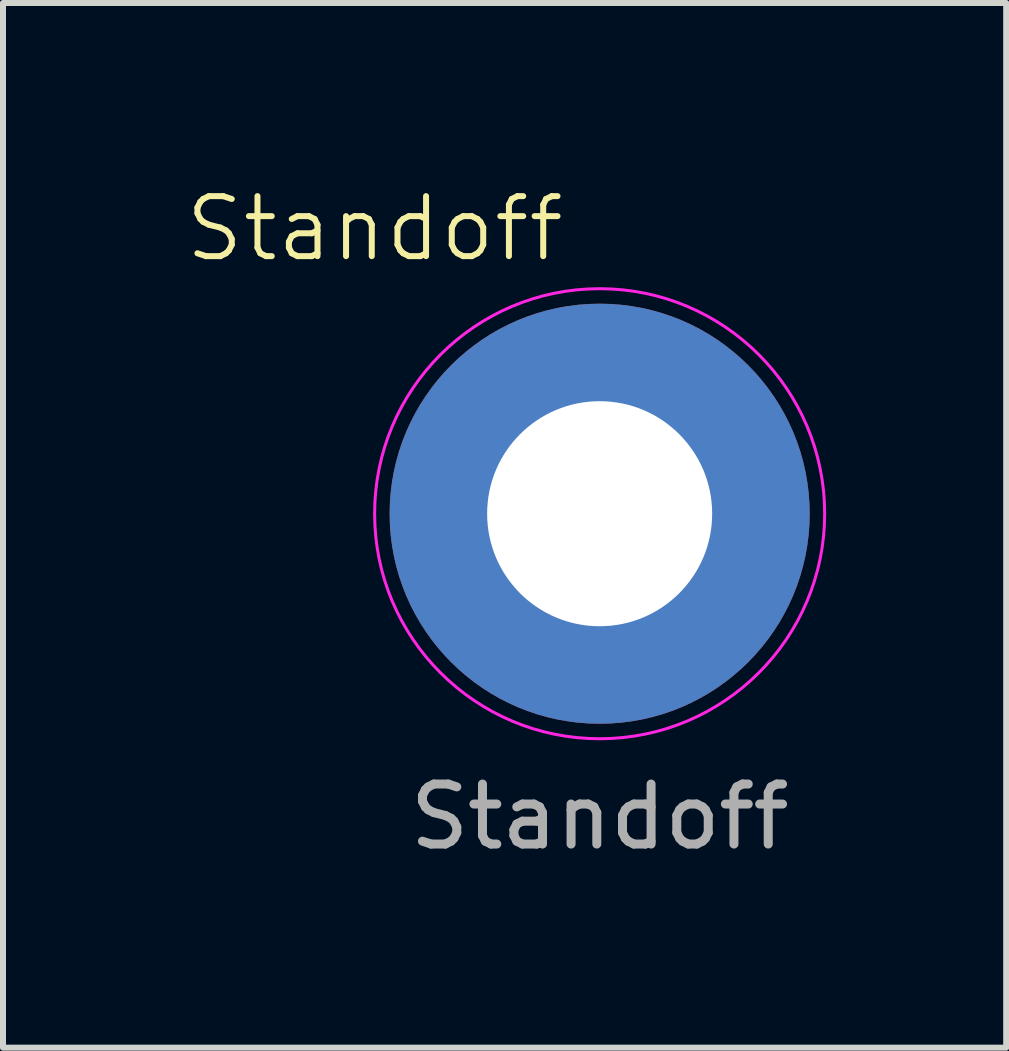
<source format=kicad_pcb>
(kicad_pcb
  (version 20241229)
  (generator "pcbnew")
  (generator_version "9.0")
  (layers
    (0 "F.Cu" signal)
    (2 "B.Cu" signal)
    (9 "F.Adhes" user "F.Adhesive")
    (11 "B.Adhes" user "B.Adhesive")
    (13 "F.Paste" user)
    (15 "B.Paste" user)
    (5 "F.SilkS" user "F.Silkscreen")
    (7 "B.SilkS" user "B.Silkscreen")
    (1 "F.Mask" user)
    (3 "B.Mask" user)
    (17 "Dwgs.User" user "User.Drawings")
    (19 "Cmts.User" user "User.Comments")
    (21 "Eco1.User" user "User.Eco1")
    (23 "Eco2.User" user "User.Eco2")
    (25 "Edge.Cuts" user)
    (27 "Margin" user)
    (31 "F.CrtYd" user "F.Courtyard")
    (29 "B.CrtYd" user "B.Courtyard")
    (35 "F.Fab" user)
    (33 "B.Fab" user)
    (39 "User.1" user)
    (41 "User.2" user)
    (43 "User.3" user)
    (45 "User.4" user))
  (footprint "Standoff"
    (layer "F.Cu")
    (at 6.943 5.511)
    (property "Reference" "Standoff" (at -3.75 -4.75 0) (unlocked yes) (layer "F.SilkS") (effects (font (size 1 1) (thickness 0.1))))
    (attr smd)
    (fp_circle (center 0 0) (end 0 -3.75) (stroke (width 0.05) (type default)) (fill no) (layer "F.CrtYd"))
    (fp_text user "${REFERENCE}" (at 0 5.05 0) (unlocked yes) (layer "F.Fab") (effects (font (size 1 1) (thickness 0.15))))
    (pad "1" thru_hole circle (at 0 0) (size 7 7) (drill 3.75) (layers "*.Cu" "*.Mask" "F.Paste")))
  (gr_rect
    (start -3 -3)
    (end 13.718 14.409)
    (stroke (width 0.1) (type default))
    (fill no)
    (layer "Edge.Cuts")))
</source>
